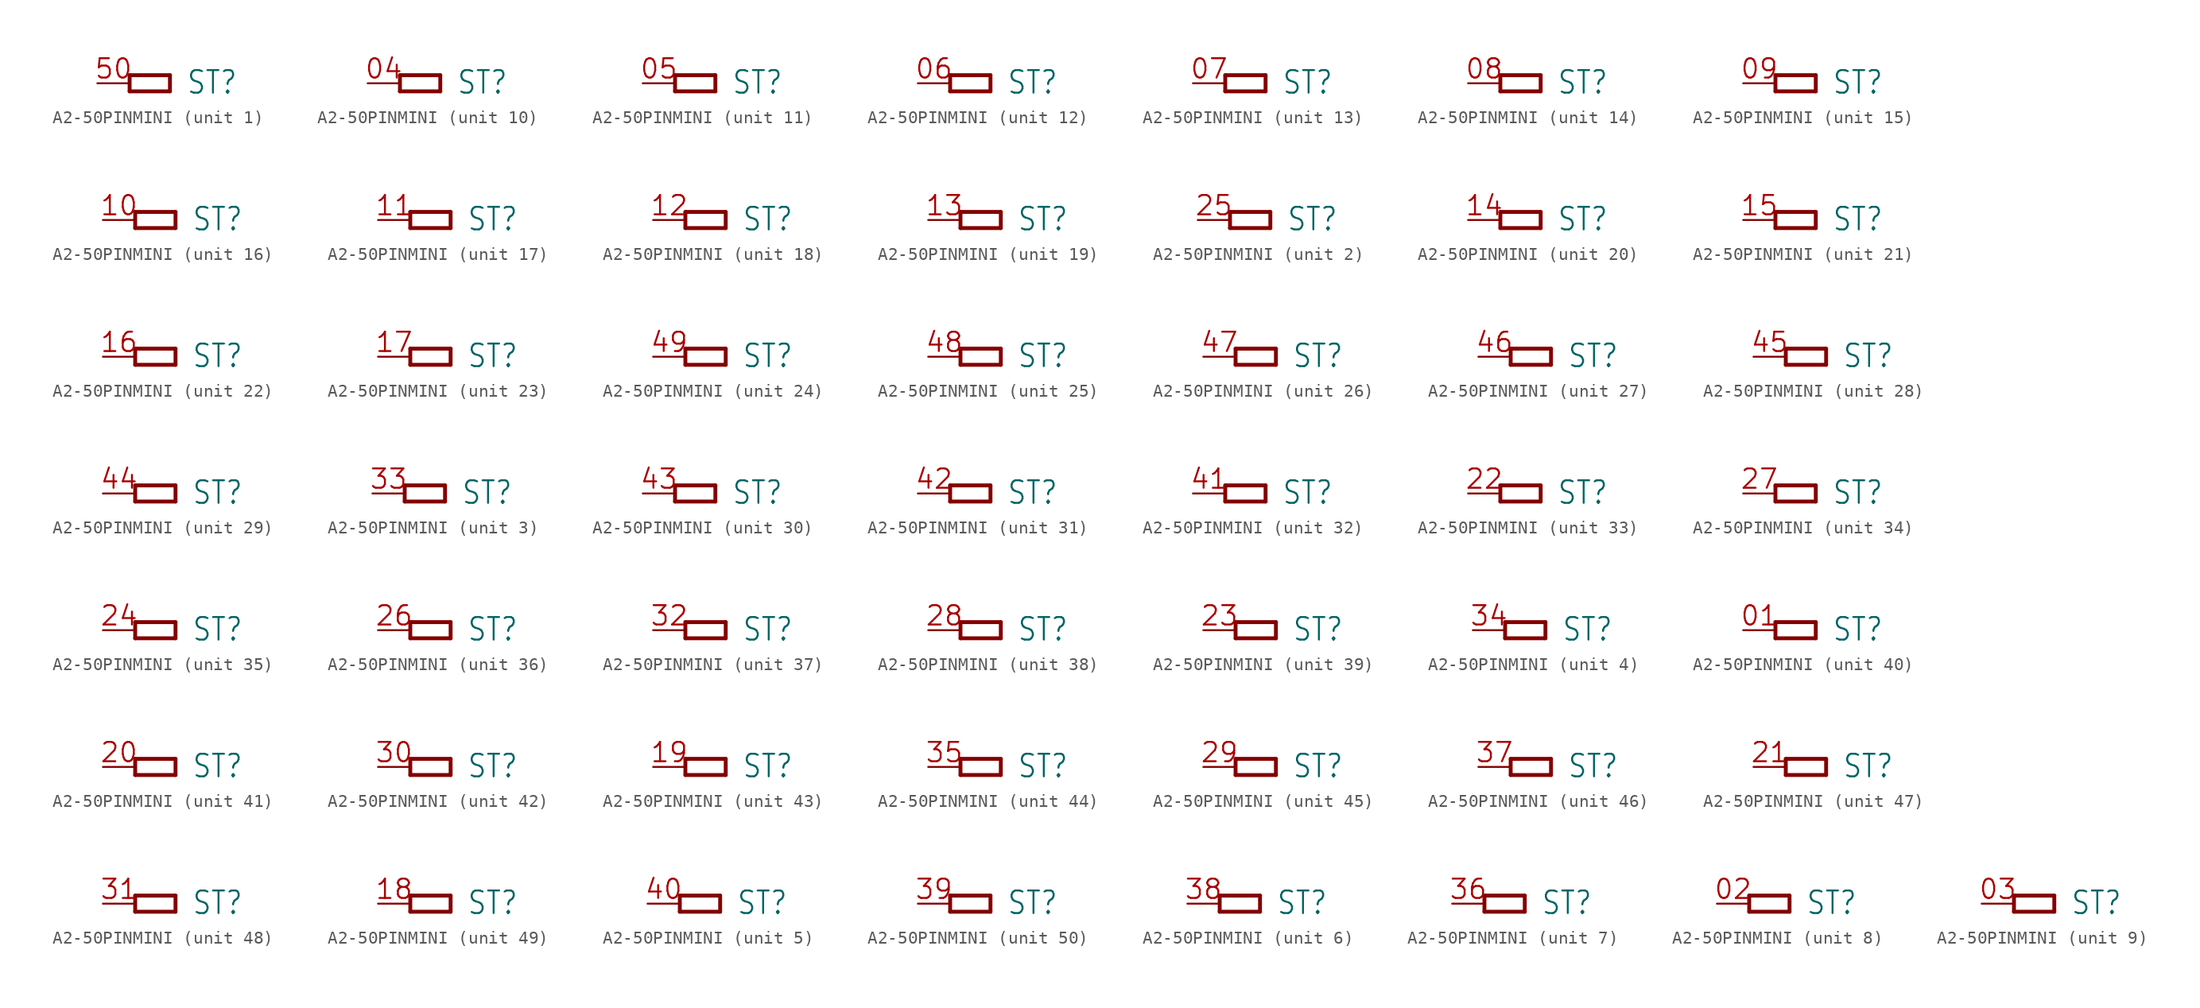
<source format=kicad_sym>
(kicad_symbol_lib
  (version 20241209)
  (generator "kicad_symbol_editor")
  (generator_version "9.0")
  (symbol "A2-50PINMINI"
    (property "Reference" "ST"
      (at 4.445 -0.965 0)
      (effects (font (size 1.778 1.511)) (justify left bottom)))
    (property "ki_locked" ""
      (at 0 0 0)
      (effects (font (size 1.27 1.27))))
    (symbol "A2-50PINMINI_1_0"
      (polyline (pts (xy 0 0.635) (xy 3.175 0.635)) (stroke (width 0.305) (type solid)) (fill (type none)))
      (polyline (pts (xy 0 -0.635) (xy 0 0.635)) (stroke (width 0.305) (type solid)) (fill (type none)))
      (polyline (pts (xy 3.175 0.635) (xy 3.175 -0.635)) (stroke (width 0.305) (type solid)) (fill (type none)))
      (polyline (pts (xy 3.175 -0.635) (xy 0 -0.635)) (stroke (width 0.305) (type solid)) (fill (type none)))
      (pin bidirectional line (at -2.54 0 0) (length 2.54) (name "P" (effects (font (size 0 0)))) (number "50" (effects (font (size 1.524 1.524))))))
    (symbol "A2-50PINMINI_2_0"
      (polyline (pts (xy 0 0.635) (xy 3.175 0.635)) (stroke (width 0.305) (type solid)) (fill (type none)))
      (polyline (pts (xy 0 -0.635) (xy 0 0.635)) (stroke (width 0.305) (type solid)) (fill (type none)))
      (polyline (pts (xy 3.175 0.635) (xy 3.175 -0.635)) (stroke (width 0.305) (type solid)) (fill (type none)))
      (polyline (pts (xy 3.175 -0.635) (xy 0 -0.635)) (stroke (width 0.305) (type solid)) (fill (type none)))
      (pin bidirectional line (at -2.54 0 0) (length 2.54) (name "P" (effects (font (size 0 0)))) (number "25" (effects (font (size 1.524 1.524))))))
    (symbol "A2-50PINMINI_3_0"
      (polyline (pts (xy 0 0.635) (xy 3.175 0.635)) (stroke (width 0.305) (type solid)) (fill (type none)))
      (polyline (pts (xy 0 -0.635) (xy 0 0.635)) (stroke (width 0.305) (type solid)) (fill (type none)))
      (polyline (pts (xy 3.175 0.635) (xy 3.175 -0.635)) (stroke (width 0.305) (type solid)) (fill (type none)))
      (polyline (pts (xy 3.175 -0.635) (xy 0 -0.635)) (stroke (width 0.305) (type solid)) (fill (type none)))
      (pin bidirectional line (at -2.54 0 0) (length 2.54) (name "P" (effects (font (size 0 0)))) (number "33" (effects (font (size 1.524 1.524))))))
    (symbol "A2-50PINMINI_4_0"
      (polyline (pts (xy 0 0.635) (xy 3.175 0.635)) (stroke (width 0.305) (type solid)) (fill (type none)))
      (polyline (pts (xy 0 -0.635) (xy 0 0.635)) (stroke (width 0.305) (type solid)) (fill (type none)))
      (polyline (pts (xy 3.175 0.635) (xy 3.175 -0.635)) (stroke (width 0.305) (type solid)) (fill (type none)))
      (polyline (pts (xy 3.175 -0.635) (xy 0 -0.635)) (stroke (width 0.305) (type solid)) (fill (type none)))
      (pin bidirectional line (at -2.54 0 0) (length 2.54) (name "P" (effects (font (size 0 0)))) (number "34" (effects (font (size 1.524 1.524))))))
    (symbol "A2-50PINMINI_5_0"
      (polyline (pts (xy 0 0.635) (xy 3.175 0.635)) (stroke (width 0.305) (type solid)) (fill (type none)))
      (polyline (pts (xy 0 -0.635) (xy 0 0.635)) (stroke (width 0.305) (type solid)) (fill (type none)))
      (polyline (pts (xy 3.175 0.635) (xy 3.175 -0.635)) (stroke (width 0.305) (type solid)) (fill (type none)))
      (polyline (pts (xy 3.175 -0.635) (xy 0 -0.635)) (stroke (width 0.305) (type solid)) (fill (type none)))
      (pin bidirectional line (at -2.54 0 0) (length 2.54) (name "P" (effects (font (size 0 0)))) (number "40" (effects (font (size 1.524 1.524))))))
    (symbol "A2-50PINMINI_6_0"
      (polyline (pts (xy 0 0.635) (xy 3.175 0.635)) (stroke (width 0.305) (type solid)) (fill (type none)))
      (polyline (pts (xy 0 -0.635) (xy 0 0.635)) (stroke (width 0.305) (type solid)) (fill (type none)))
      (polyline (pts (xy 3.175 0.635) (xy 3.175 -0.635)) (stroke (width 0.305) (type solid)) (fill (type none)))
      (polyline (pts (xy 3.175 -0.635) (xy 0 -0.635)) (stroke (width 0.305) (type solid)) (fill (type none)))
      (pin bidirectional line (at -2.54 0 0) (length 2.54) (name "P" (effects (font (size 0 0)))) (number "38" (effects (font (size 1.524 1.524))))))
    (symbol "A2-50PINMINI_7_0"
      (polyline (pts (xy 0 0.635) (xy 3.175 0.635)) (stroke (width 0.305) (type solid)) (fill (type none)))
      (polyline (pts (xy 0 -0.635) (xy 0 0.635)) (stroke (width 0.305) (type solid)) (fill (type none)))
      (polyline (pts (xy 3.175 0.635) (xy 3.175 -0.635)) (stroke (width 0.305) (type solid)) (fill (type none)))
      (polyline (pts (xy 3.175 -0.635) (xy 0 -0.635)) (stroke (width 0.305) (type solid)) (fill (type none)))
      (pin bidirectional line (at -2.54 0 0) (length 2.54) (name "P" (effects (font (size 0 0)))) (number "36" (effects (font (size 1.524 1.524))))))
    (symbol "A2-50PINMINI_8_0"
      (polyline (pts (xy 0 0.635) (xy 3.175 0.635)) (stroke (width 0.305) (type solid)) (fill (type none)))
      (polyline (pts (xy 0 -0.635) (xy 0 0.635)) (stroke (width 0.305) (type solid)) (fill (type none)))
      (polyline (pts (xy 3.175 0.635) (xy 3.175 -0.635)) (stroke (width 0.305) (type solid)) (fill (type none)))
      (polyline (pts (xy 3.175 -0.635) (xy 0 -0.635)) (stroke (width 0.305) (type solid)) (fill (type none)))
      (pin bidirectional line (at -2.54 0 0) (length 2.54) (name "P" (effects (font (size 0 0)))) (number "02" (effects (font (size 1.524 1.524))))))
    (symbol "A2-50PINMINI_9_0"
      (polyline (pts (xy 0 0.635) (xy 3.175 0.635)) (stroke (width 0.305) (type solid)) (fill (type none)))
      (polyline (pts (xy 0 -0.635) (xy 0 0.635)) (stroke (width 0.305) (type solid)) (fill (type none)))
      (polyline (pts (xy 3.175 0.635) (xy 3.175 -0.635)) (stroke (width 0.305) (type solid)) (fill (type none)))
      (polyline (pts (xy 3.175 -0.635) (xy 0 -0.635)) (stroke (width 0.305) (type solid)) (fill (type none)))
      (pin bidirectional line (at -2.54 0 0) (length 2.54) (name "P" (effects (font (size 0 0)))) (number "03" (effects (font (size 1.524 1.524))))))
    (symbol "A2-50PINMINI_10_0"
      (polyline (pts (xy 0 0.635) (xy 3.175 0.635)) (stroke (width 0.305) (type solid)) (fill (type none)))
      (polyline (pts (xy 0 -0.635) (xy 0 0.635)) (stroke (width 0.305) (type solid)) (fill (type none)))
      (polyline (pts (xy 3.175 0.635) (xy 3.175 -0.635)) (stroke (width 0.305) (type solid)) (fill (type none)))
      (polyline (pts (xy 3.175 -0.635) (xy 0 -0.635)) (stroke (width 0.305) (type solid)) (fill (type none)))
      (pin bidirectional line (at -2.54 0 0) (length 2.54) (name "P" (effects (font (size 0 0)))) (number "04" (effects (font (size 1.524 1.524))))))
    (symbol "A2-50PINMINI_11_0"
      (polyline (pts (xy 0 0.635) (xy 3.175 0.635)) (stroke (width 0.305) (type solid)) (fill (type none)))
      (polyline (pts (xy 0 -0.635) (xy 0 0.635)) (stroke (width 0.305) (type solid)) (fill (type none)))
      (polyline (pts (xy 3.175 0.635) (xy 3.175 -0.635)) (stroke (width 0.305) (type solid)) (fill (type none)))
      (polyline (pts (xy 3.175 -0.635) (xy 0 -0.635)) (stroke (width 0.305) (type solid)) (fill (type none)))
      (pin bidirectional line (at -2.54 0 0) (length 2.54) (name "P" (effects (font (size 0 0)))) (number "05" (effects (font (size 1.524 1.524))))))
    (symbol "A2-50PINMINI_12_0"
      (polyline (pts (xy 0 0.635) (xy 3.175 0.635)) (stroke (width 0.305) (type solid)) (fill (type none)))
      (polyline (pts (xy 0 -0.635) (xy 0 0.635)) (stroke (width 0.305) (type solid)) (fill (type none)))
      (polyline (pts (xy 3.175 0.635) (xy 3.175 -0.635)) (stroke (width 0.305) (type solid)) (fill (type none)))
      (polyline (pts (xy 3.175 -0.635) (xy 0 -0.635)) (stroke (width 0.305) (type solid)) (fill (type none)))
      (pin bidirectional line (at -2.54 0 0) (length 2.54) (name "P" (effects (font (size 0 0)))) (number "06" (effects (font (size 1.524 1.524))))))
    (symbol "A2-50PINMINI_13_0"
      (polyline (pts (xy 0 0.635) (xy 3.175 0.635)) (stroke (width 0.305) (type solid)) (fill (type none)))
      (polyline (pts (xy 0 -0.635) (xy 0 0.635)) (stroke (width 0.305) (type solid)) (fill (type none)))
      (polyline (pts (xy 3.175 0.635) (xy 3.175 -0.635)) (stroke (width 0.305) (type solid)) (fill (type none)))
      (polyline (pts (xy 3.175 -0.635) (xy 0 -0.635)) (stroke (width 0.305) (type solid)) (fill (type none)))
      (pin bidirectional line (at -2.54 0 0) (length 2.54) (name "P" (effects (font (size 0 0)))) (number "07" (effects (font (size 1.524 1.524))))))
    (symbol "A2-50PINMINI_14_0"
      (polyline (pts (xy 0 0.635) (xy 3.175 0.635)) (stroke (width 0.305) (type solid)) (fill (type none)))
      (polyline (pts (xy 0 -0.635) (xy 0 0.635)) (stroke (width 0.305) (type solid)) (fill (type none)))
      (polyline (pts (xy 3.175 0.635) (xy 3.175 -0.635)) (stroke (width 0.305) (type solid)) (fill (type none)))
      (polyline (pts (xy 3.175 -0.635) (xy 0 -0.635)) (stroke (width 0.305) (type solid)) (fill (type none)))
      (pin bidirectional line (at -2.54 0 0) (length 2.54) (name "P" (effects (font (size 0 0)))) (number "08" (effects (font (size 1.524 1.524))))))
    (symbol "A2-50PINMINI_15_0"
      (polyline (pts (xy 0 0.635) (xy 3.175 0.635)) (stroke (width 0.305) (type solid)) (fill (type none)))
      (polyline (pts (xy 0 -0.635) (xy 0 0.635)) (stroke (width 0.305) (type solid)) (fill (type none)))
      (polyline (pts (xy 3.175 0.635) (xy 3.175 -0.635)) (stroke (width 0.305) (type solid)) (fill (type none)))
      (polyline (pts (xy 3.175 -0.635) (xy 0 -0.635)) (stroke (width 0.305) (type solid)) (fill (type none)))
      (pin bidirectional line (at -2.54 0 0) (length 2.54) (name "P" (effects (font (size 0 0)))) (number "09" (effects (font (size 1.524 1.524))))))
    (symbol "A2-50PINMINI_16_0"
      (polyline (pts (xy 0 0.635) (xy 3.175 0.635)) (stroke (width 0.305) (type solid)) (fill (type none)))
      (polyline (pts (xy 0 -0.635) (xy 0 0.635)) (stroke (width 0.305) (type solid)) (fill (type none)))
      (polyline (pts (xy 3.175 0.635) (xy 3.175 -0.635)) (stroke (width 0.305) (type solid)) (fill (type none)))
      (polyline (pts (xy 3.175 -0.635) (xy 0 -0.635)) (stroke (width 0.305) (type solid)) (fill (type none)))
      (pin bidirectional line (at -2.54 0 0) (length 2.54) (name "P" (effects (font (size 0 0)))) (number "10" (effects (font (size 1.524 1.524))))))
    (symbol "A2-50PINMINI_17_0"
      (polyline (pts (xy 0 0.635) (xy 3.175 0.635)) (stroke (width 0.305) (type solid)) (fill (type none)))
      (polyline (pts (xy 0 -0.635) (xy 0 0.635)) (stroke (width 0.305) (type solid)) (fill (type none)))
      (polyline (pts (xy 3.175 0.635) (xy 3.175 -0.635)) (stroke (width 0.305) (type solid)) (fill (type none)))
      (polyline (pts (xy 3.175 -0.635) (xy 0 -0.635)) (stroke (width 0.305) (type solid)) (fill (type none)))
      (pin bidirectional line (at -2.54 0 0) (length 2.54) (name "P" (effects (font (size 0 0)))) (number "11" (effects (font (size 1.524 1.524))))))
    (symbol "A2-50PINMINI_18_0"
      (polyline (pts (xy 0 0.635) (xy 3.175 0.635)) (stroke (width 0.305) (type solid)) (fill (type none)))
      (polyline (pts (xy 0 -0.635) (xy 0 0.635)) (stroke (width 0.305) (type solid)) (fill (type none)))
      (polyline (pts (xy 3.175 0.635) (xy 3.175 -0.635)) (stroke (width 0.305) (type solid)) (fill (type none)))
      (polyline (pts (xy 3.175 -0.635) (xy 0 -0.635)) (stroke (width 0.305) (type solid)) (fill (type none)))
      (pin bidirectional line (at -2.54 0 0) (length 2.54) (name "P" (effects (font (size 0 0)))) (number "12" (effects (font (size 1.524 1.524))))))
    (symbol "A2-50PINMINI_19_0"
      (polyline (pts (xy 0 0.635) (xy 3.175 0.635)) (stroke (width 0.305) (type solid)) (fill (type none)))
      (polyline (pts (xy 0 -0.635) (xy 0 0.635)) (stroke (width 0.305) (type solid)) (fill (type none)))
      (polyline (pts (xy 3.175 0.635) (xy 3.175 -0.635)) (stroke (width 0.305) (type solid)) (fill (type none)))
      (polyline (pts (xy 3.175 -0.635) (xy 0 -0.635)) (stroke (width 0.305) (type solid)) (fill (type none)))
      (pin bidirectional line (at -2.54 0 0) (length 2.54) (name "P" (effects (font (size 0 0)))) (number "13" (effects (font (size 1.524 1.524))))))
    (symbol "A2-50PINMINI_20_0"
      (polyline (pts (xy 0 0.635) (xy 3.175 0.635)) (stroke (width 0.305) (type solid)) (fill (type none)))
      (polyline (pts (xy 0 -0.635) (xy 0 0.635)) (stroke (width 0.305) (type solid)) (fill (type none)))
      (polyline (pts (xy 3.175 0.635) (xy 3.175 -0.635)) (stroke (width 0.305) (type solid)) (fill (type none)))
      (polyline (pts (xy 3.175 -0.635) (xy 0 -0.635)) (stroke (width 0.305) (type solid)) (fill (type none)))
      (pin bidirectional line (at -2.54 0 0) (length 2.54) (name "P" (effects (font (size 0 0)))) (number "14" (effects (font (size 1.524 1.524))))))
    (symbol "A2-50PINMINI_21_0"
      (polyline (pts (xy 0 0.635) (xy 3.175 0.635)) (stroke (width 0.305) (type solid)) (fill (type none)))
      (polyline (pts (xy 0 -0.635) (xy 0 0.635)) (stroke (width 0.305) (type solid)) (fill (type none)))
      (polyline (pts (xy 3.175 0.635) (xy 3.175 -0.635)) (stroke (width 0.305) (type solid)) (fill (type none)))
      (polyline (pts (xy 3.175 -0.635) (xy 0 -0.635)) (stroke (width 0.305) (type solid)) (fill (type none)))
      (pin bidirectional line (at -2.54 0 0) (length 2.54) (name "P" (effects (font (size 0 0)))) (number "15" (effects (font (size 1.524 1.524))))))
    (symbol "A2-50PINMINI_22_0"
      (polyline (pts (xy 0 0.635) (xy 3.175 0.635)) (stroke (width 0.305) (type solid)) (fill (type none)))
      (polyline (pts (xy 0 -0.635) (xy 0 0.635)) (stroke (width 0.305) (type solid)) (fill (type none)))
      (polyline (pts (xy 3.175 0.635) (xy 3.175 -0.635)) (stroke (width 0.305) (type solid)) (fill (type none)))
      (polyline (pts (xy 3.175 -0.635) (xy 0 -0.635)) (stroke (width 0.305) (type solid)) (fill (type none)))
      (pin bidirectional line (at -2.54 0 0) (length 2.54) (name "P" (effects (font (size 0 0)))) (number "16" (effects (font (size 1.524 1.524))))))
    (symbol "A2-50PINMINI_23_0"
      (polyline (pts (xy 0 0.635) (xy 3.175 0.635)) (stroke (width 0.305) (type solid)) (fill (type none)))
      (polyline (pts (xy 0 -0.635) (xy 0 0.635)) (stroke (width 0.305) (type solid)) (fill (type none)))
      (polyline (pts (xy 3.175 0.635) (xy 3.175 -0.635)) (stroke (width 0.305) (type solid)) (fill (type none)))
      (polyline (pts (xy 3.175 -0.635) (xy 0 -0.635)) (stroke (width 0.305) (type solid)) (fill (type none)))
      (pin bidirectional line (at -2.54 0 0) (length 2.54) (name "P" (effects (font (size 0 0)))) (number "17" (effects (font (size 1.524 1.524))))))
    (symbol "A2-50PINMINI_24_0"
      (polyline (pts (xy 0 0.635) (xy 3.175 0.635)) (stroke (width 0.305) (type solid)) (fill (type none)))
      (polyline (pts (xy 0 -0.635) (xy 0 0.635)) (stroke (width 0.305) (type solid)) (fill (type none)))
      (polyline (pts (xy 3.175 0.635) (xy 3.175 -0.635)) (stroke (width 0.305) (type solid)) (fill (type none)))
      (polyline (pts (xy 3.175 -0.635) (xy 0 -0.635)) (stroke (width 0.305) (type solid)) (fill (type none)))
      (pin bidirectional line (at -2.54 0 0) (length 2.54) (name "P" (effects (font (size 0 0)))) (number "49" (effects (font (size 1.524 1.524))))))
    (symbol "A2-50PINMINI_25_0"
      (polyline (pts (xy 0 0.635) (xy 3.175 0.635)) (stroke (width 0.305) (type solid)) (fill (type none)))
      (polyline (pts (xy 0 -0.635) (xy 0 0.635)) (stroke (width 0.305) (type solid)) (fill (type none)))
      (polyline (pts (xy 3.175 0.635) (xy 3.175 -0.635)) (stroke (width 0.305) (type solid)) (fill (type none)))
      (polyline (pts (xy 3.175 -0.635) (xy 0 -0.635)) (stroke (width 0.305) (type solid)) (fill (type none)))
      (pin bidirectional line (at -2.54 0 0) (length 2.54) (name "P" (effects (font (size 0 0)))) (number "48" (effects (font (size 1.524 1.524))))))
    (symbol "A2-50PINMINI_26_0"
      (polyline (pts (xy 0 0.635) (xy 3.175 0.635)) (stroke (width 0.305) (type solid)) (fill (type none)))
      (polyline (pts (xy 0 -0.635) (xy 0 0.635)) (stroke (width 0.305) (type solid)) (fill (type none)))
      (polyline (pts (xy 3.175 0.635) (xy 3.175 -0.635)) (stroke (width 0.305) (type solid)) (fill (type none)))
      (polyline (pts (xy 3.175 -0.635) (xy 0 -0.635)) (stroke (width 0.305) (type solid)) (fill (type none)))
      (pin bidirectional line (at -2.54 0 0) (length 2.54) (name "P" (effects (font (size 0 0)))) (number "47" (effects (font (size 1.524 1.524))))))
    (symbol "A2-50PINMINI_27_0"
      (polyline (pts (xy 0 0.635) (xy 3.175 0.635)) (stroke (width 0.305) (type solid)) (fill (type none)))
      (polyline (pts (xy 0 -0.635) (xy 0 0.635)) (stroke (width 0.305) (type solid)) (fill (type none)))
      (polyline (pts (xy 3.175 0.635) (xy 3.175 -0.635)) (stroke (width 0.305) (type solid)) (fill (type none)))
      (polyline (pts (xy 3.175 -0.635) (xy 0 -0.635)) (stroke (width 0.305) (type solid)) (fill (type none)))
      (pin bidirectional line (at -2.54 0 0) (length 2.54) (name "P" (effects (font (size 0 0)))) (number "46" (effects (font (size 1.524 1.524))))))
    (symbol "A2-50PINMINI_28_0"
      (polyline (pts (xy 0 0.635) (xy 3.175 0.635)) (stroke (width 0.305) (type solid)) (fill (type none)))
      (polyline (pts (xy 0 -0.635) (xy 0 0.635)) (stroke (width 0.305) (type solid)) (fill (type none)))
      (polyline (pts (xy 3.175 0.635) (xy 3.175 -0.635)) (stroke (width 0.305) (type solid)) (fill (type none)))
      (polyline (pts (xy 3.175 -0.635) (xy 0 -0.635)) (stroke (width 0.305) (type solid)) (fill (type none)))
      (pin bidirectional line (at -2.54 0 0) (length 2.54) (name "P" (effects (font (size 0 0)))) (number "45" (effects (font (size 1.524 1.524))))))
    (symbol "A2-50PINMINI_29_0"
      (polyline (pts (xy 0 0.635) (xy 3.175 0.635)) (stroke (width 0.305) (type solid)) (fill (type none)))
      (polyline (pts (xy 0 -0.635) (xy 0 0.635)) (stroke (width 0.305) (type solid)) (fill (type none)))
      (polyline (pts (xy 3.175 0.635) (xy 3.175 -0.635)) (stroke (width 0.305) (type solid)) (fill (type none)))
      (polyline (pts (xy 3.175 -0.635) (xy 0 -0.635)) (stroke (width 0.305) (type solid)) (fill (type none)))
      (pin bidirectional line (at -2.54 0 0) (length 2.54) (name "P" (effects (font (size 0 0)))) (number "44" (effects (font (size 1.524 1.524))))))
    (symbol "A2-50PINMINI_30_0"
      (polyline (pts (xy 0 0.635) (xy 3.175 0.635)) (stroke (width 0.305) (type solid)) (fill (type none)))
      (polyline (pts (xy 0 -0.635) (xy 0 0.635)) (stroke (width 0.305) (type solid)) (fill (type none)))
      (polyline (pts (xy 3.175 0.635) (xy 3.175 -0.635)) (stroke (width 0.305) (type solid)) (fill (type none)))
      (polyline (pts (xy 3.175 -0.635) (xy 0 -0.635)) (stroke (width 0.305) (type solid)) (fill (type none)))
      (pin bidirectional line (at -2.54 0 0) (length 2.54) (name "P" (effects (font (size 0 0)))) (number "43" (effects (font (size 1.524 1.524))))))
    (symbol "A2-50PINMINI_31_0"
      (polyline (pts (xy 0 0.635) (xy 3.175 0.635)) (stroke (width 0.305) (type solid)) (fill (type none)))
      (polyline (pts (xy 0 -0.635) (xy 0 0.635)) (stroke (width 0.305) (type solid)) (fill (type none)))
      (polyline (pts (xy 3.175 0.635) (xy 3.175 -0.635)) (stroke (width 0.305) (type solid)) (fill (type none)))
      (polyline (pts (xy 3.175 -0.635) (xy 0 -0.635)) (stroke (width 0.305) (type solid)) (fill (type none)))
      (pin bidirectional line (at -2.54 0 0) (length 2.54) (name "P" (effects (font (size 0 0)))) (number "42" (effects (font (size 1.524 1.524))))))
    (symbol "A2-50PINMINI_32_0"
      (polyline (pts (xy 0 0.635) (xy 3.175 0.635)) (stroke (width 0.305) (type solid)) (fill (type none)))
      (polyline (pts (xy 0 -0.635) (xy 0 0.635)) (stroke (width 0.305) (type solid)) (fill (type none)))
      (polyline (pts (xy 3.175 0.635) (xy 3.175 -0.635)) (stroke (width 0.305) (type solid)) (fill (type none)))
      (polyline (pts (xy 3.175 -0.635) (xy 0 -0.635)) (stroke (width 0.305) (type solid)) (fill (type none)))
      (pin bidirectional line (at -2.54 0 0) (length 2.54) (name "P" (effects (font (size 0 0)))) (number "41" (effects (font (size 1.524 1.524))))))
    (symbol "A2-50PINMINI_33_0"
      (polyline (pts (xy 0 0.635) (xy 3.175 0.635)) (stroke (width 0.305) (type solid)) (fill (type none)))
      (polyline (pts (xy 0 -0.635) (xy 0 0.635)) (stroke (width 0.305) (type solid)) (fill (type none)))
      (polyline (pts (xy 3.175 0.635) (xy 3.175 -0.635)) (stroke (width 0.305) (type solid)) (fill (type none)))
      (polyline (pts (xy 3.175 -0.635) (xy 0 -0.635)) (stroke (width 0.305) (type solid)) (fill (type none)))
      (pin bidirectional line (at -2.54 0 0) (length 2.54) (name "P" (effects (font (size 0 0)))) (number "22" (effects (font (size 1.524 1.524))))))
    (symbol "A2-50PINMINI_34_0"
      (polyline (pts (xy 0 0.635) (xy 3.175 0.635)) (stroke (width 0.305) (type solid)) (fill (type none)))
      (polyline (pts (xy 0 -0.635) (xy 0 0.635)) (stroke (width 0.305) (type solid)) (fill (type none)))
      (polyline (pts (xy 3.175 0.635) (xy 3.175 -0.635)) (stroke (width 0.305) (type solid)) (fill (type none)))
      (polyline (pts (xy 3.175 -0.635) (xy 0 -0.635)) (stroke (width 0.305) (type solid)) (fill (type none)))
      (pin bidirectional line (at -2.54 0 0) (length 2.54) (name "P" (effects (font (size 0 0)))) (number "27" (effects (font (size 1.524 1.524))))))
    (symbol "A2-50PINMINI_35_0"
      (polyline (pts (xy 0 0.635) (xy 3.175 0.635)) (stroke (width 0.305) (type solid)) (fill (type none)))
      (polyline (pts (xy 0 -0.635) (xy 0 0.635)) (stroke (width 0.305) (type solid)) (fill (type none)))
      (polyline (pts (xy 3.175 0.635) (xy 3.175 -0.635)) (stroke (width 0.305) (type solid)) (fill (type none)))
      (polyline (pts (xy 3.175 -0.635) (xy 0 -0.635)) (stroke (width 0.305) (type solid)) (fill (type none)))
      (pin bidirectional line (at -2.54 0 0) (length 2.54) (name "P" (effects (font (size 0 0)))) (number "24" (effects (font (size 1.524 1.524))))))
    (symbol "A2-50PINMINI_36_0"
      (polyline (pts (xy 0 0.635) (xy 3.175 0.635)) (stroke (width 0.305) (type solid)) (fill (type none)))
      (polyline (pts (xy 0 -0.635) (xy 0 0.635)) (stroke (width 0.305) (type solid)) (fill (type none)))
      (polyline (pts (xy 3.175 0.635) (xy 3.175 -0.635)) (stroke (width 0.305) (type solid)) (fill (type none)))
      (polyline (pts (xy 3.175 -0.635) (xy 0 -0.635)) (stroke (width 0.305) (type solid)) (fill (type none)))
      (pin bidirectional line (at -2.54 0 0) (length 2.54) (name "P" (effects (font (size 0 0)))) (number "26" (effects (font (size 1.524 1.524))))))
    (symbol "A2-50PINMINI_37_0"
      (polyline (pts (xy 0 0.635) (xy 3.175 0.635)) (stroke (width 0.305) (type solid)) (fill (type none)))
      (polyline (pts (xy 0 -0.635) (xy 0 0.635)) (stroke (width 0.305) (type solid)) (fill (type none)))
      (polyline (pts (xy 3.175 0.635) (xy 3.175 -0.635)) (stroke (width 0.305) (type solid)) (fill (type none)))
      (polyline (pts (xy 3.175 -0.635) (xy 0 -0.635)) (stroke (width 0.305) (type solid)) (fill (type none)))
      (pin bidirectional line (at -2.54 0 0) (length 2.54) (name "P" (effects (font (size 0 0)))) (number "32" (effects (font (size 1.524 1.524))))))
    (symbol "A2-50PINMINI_38_0"
      (polyline (pts (xy 0 0.635) (xy 3.175 0.635)) (stroke (width 0.305) (type solid)) (fill (type none)))
      (polyline (pts (xy 0 -0.635) (xy 0 0.635)) (stroke (width 0.305) (type solid)) (fill (type none)))
      (polyline (pts (xy 3.175 0.635) (xy 3.175 -0.635)) (stroke (width 0.305) (type solid)) (fill (type none)))
      (polyline (pts (xy 3.175 -0.635) (xy 0 -0.635)) (stroke (width 0.305) (type solid)) (fill (type none)))
      (pin bidirectional line (at -2.54 0 0) (length 2.54) (name "P" (effects (font (size 0 0)))) (number "28" (effects (font (size 1.524 1.524))))))
    (symbol "A2-50PINMINI_39_0"
      (polyline (pts (xy 0 0.635) (xy 3.175 0.635)) (stroke (width 0.305) (type solid)) (fill (type none)))
      (polyline (pts (xy 0 -0.635) (xy 0 0.635)) (stroke (width 0.305) (type solid)) (fill (type none)))
      (polyline (pts (xy 3.175 0.635) (xy 3.175 -0.635)) (stroke (width 0.305) (type solid)) (fill (type none)))
      (polyline (pts (xy 3.175 -0.635) (xy 0 -0.635)) (stroke (width 0.305) (type solid)) (fill (type none)))
      (pin bidirectional line (at -2.54 0 0) (length 2.54) (name "P" (effects (font (size 0 0)))) (number "23" (effects (font (size 1.524 1.524))))))
    (symbol "A2-50PINMINI_40_0"
      (polyline (pts (xy 0 0.635) (xy 3.175 0.635)) (stroke (width 0.305) (type solid)) (fill (type none)))
      (polyline (pts (xy 0 -0.635) (xy 0 0.635)) (stroke (width 0.305) (type solid)) (fill (type none)))
      (polyline (pts (xy 3.175 0.635) (xy 3.175 -0.635)) (stroke (width 0.305) (type solid)) (fill (type none)))
      (polyline (pts (xy 3.175 -0.635) (xy 0 -0.635)) (stroke (width 0.305) (type solid)) (fill (type none)))
      (pin bidirectional line (at -2.54 0 0) (length 2.54) (name "P" (effects (font (size 0 0)))) (number "01" (effects (font (size 1.524 1.524))))))
    (symbol "A2-50PINMINI_41_0"
      (polyline (pts (xy 0 0.635) (xy 3.175 0.635)) (stroke (width 0.305) (type solid)) (fill (type none)))
      (polyline (pts (xy 0 -0.635) (xy 0 0.635)) (stroke (width 0.305) (type solid)) (fill (type none)))
      (polyline (pts (xy 3.175 0.635) (xy 3.175 -0.635)) (stroke (width 0.305) (type solid)) (fill (type none)))
      (polyline (pts (xy 3.175 -0.635) (xy 0 -0.635)) (stroke (width 0.305) (type solid)) (fill (type none)))
      (pin bidirectional line (at -2.54 0 0) (length 2.54) (name "P" (effects (font (size 0 0)))) (number "20" (effects (font (size 1.524 1.524))))))
    (symbol "A2-50PINMINI_42_0"
      (polyline (pts (xy 0 0.635) (xy 3.175 0.635)) (stroke (width 0.305) (type solid)) (fill (type none)))
      (polyline (pts (xy 0 -0.635) (xy 0 0.635)) (stroke (width 0.305) (type solid)) (fill (type none)))
      (polyline (pts (xy 3.175 0.635) (xy 3.175 -0.635)) (stroke (width 0.305) (type solid)) (fill (type none)))
      (polyline (pts (xy 3.175 -0.635) (xy 0 -0.635)) (stroke (width 0.305) (type solid)) (fill (type none)))
      (pin bidirectional line (at -2.54 0 0) (length 2.54) (name "P" (effects (font (size 0 0)))) (number "30" (effects (font (size 1.524 1.524))))))
    (symbol "A2-50PINMINI_43_0"
      (polyline (pts (xy 0 0.635) (xy 3.175 0.635)) (stroke (width 0.305) (type solid)) (fill (type none)))
      (polyline (pts (xy 0 -0.635) (xy 0 0.635)) (stroke (width 0.305) (type solid)) (fill (type none)))
      (polyline (pts (xy 3.175 0.635) (xy 3.175 -0.635)) (stroke (width 0.305) (type solid)) (fill (type none)))
      (polyline (pts (xy 3.175 -0.635) (xy 0 -0.635)) (stroke (width 0.305) (type solid)) (fill (type none)))
      (pin bidirectional line (at -2.54 0 0) (length 2.54) (name "P" (effects (font (size 0 0)))) (number "19" (effects (font (size 1.524 1.524))))))
    (symbol "A2-50PINMINI_44_0"
      (polyline (pts (xy 0 0.635) (xy 3.175 0.635)) (stroke (width 0.305) (type solid)) (fill (type none)))
      (polyline (pts (xy 0 -0.635) (xy 0 0.635)) (stroke (width 0.305) (type solid)) (fill (type none)))
      (polyline (pts (xy 3.175 0.635) (xy 3.175 -0.635)) (stroke (width 0.305) (type solid)) (fill (type none)))
      (polyline (pts (xy 3.175 -0.635) (xy 0 -0.635)) (stroke (width 0.305) (type solid)) (fill (type none)))
      (pin bidirectional line (at -2.54 0 0) (length 2.54) (name "P" (effects (font (size 0 0)))) (number "35" (effects (font (size 1.524 1.524))))))
    (symbol "A2-50PINMINI_45_0"
      (polyline (pts (xy 0 0.635) (xy 3.175 0.635)) (stroke (width 0.305) (type solid)) (fill (type none)))
      (polyline (pts (xy 0 -0.635) (xy 0 0.635)) (stroke (width 0.305) (type solid)) (fill (type none)))
      (polyline (pts (xy 3.175 0.635) (xy 3.175 -0.635)) (stroke (width 0.305) (type solid)) (fill (type none)))
      (polyline (pts (xy 3.175 -0.635) (xy 0 -0.635)) (stroke (width 0.305) (type solid)) (fill (type none)))
      (pin bidirectional line (at -2.54 0 0) (length 2.54) (name "P" (effects (font (size 0 0)))) (number "29" (effects (font (size 1.524 1.524))))))
    (symbol "A2-50PINMINI_46_0"
      (polyline (pts (xy 0 0.635) (xy 3.175 0.635)) (stroke (width 0.305) (type solid)) (fill (type none)))
      (polyline (pts (xy 0 -0.635) (xy 0 0.635)) (stroke (width 0.305) (type solid)) (fill (type none)))
      (polyline (pts (xy 3.175 0.635) (xy 3.175 -0.635)) (stroke (width 0.305) (type solid)) (fill (type none)))
      (polyline (pts (xy 3.175 -0.635) (xy 0 -0.635)) (stroke (width 0.305) (type solid)) (fill (type none)))
      (pin bidirectional line (at -2.54 0 0) (length 2.54) (name "P" (effects (font (size 0 0)))) (number "37" (effects (font (size 1.524 1.524))))))
    (symbol "A2-50PINMINI_47_0"
      (polyline (pts (xy 0 0.635) (xy 3.175 0.635)) (stroke (width 0.305) (type solid)) (fill (type none)))
      (polyline (pts (xy 0 -0.635) (xy 0 0.635)) (stroke (width 0.305) (type solid)) (fill (type none)))
      (polyline (pts (xy 3.175 0.635) (xy 3.175 -0.635)) (stroke (width 0.305) (type solid)) (fill (type none)))
      (polyline (pts (xy 3.175 -0.635) (xy 0 -0.635)) (stroke (width 0.305) (type solid)) (fill (type none)))
      (pin bidirectional line (at -2.54 0 0) (length 2.54) (name "P" (effects (font (size 0 0)))) (number "21" (effects (font (size 1.524 1.524))))))
    (symbol "A2-50PINMINI_48_0"
      (polyline (pts (xy 0 0.635) (xy 3.175 0.635)) (stroke (width 0.305) (type solid)) (fill (type none)))
      (polyline (pts (xy 0 -0.635) (xy 0 0.635)) (stroke (width 0.305) (type solid)) (fill (type none)))
      (polyline (pts (xy 3.175 0.635) (xy 3.175 -0.635)) (stroke (width 0.305) (type solid)) (fill (type none)))
      (polyline (pts (xy 3.175 -0.635) (xy 0 -0.635)) (stroke (width 0.305) (type solid)) (fill (type none)))
      (pin bidirectional line (at -2.54 0 0) (length 2.54) (name "P" (effects (font (size 0 0)))) (number "31" (effects (font (size 1.524 1.524))))))
    (symbol "A2-50PINMINI_49_0"
      (polyline (pts (xy 0 0.635) (xy 3.175 0.635)) (stroke (width 0.305) (type solid)) (fill (type none)))
      (polyline (pts (xy 0 -0.635) (xy 0 0.635)) (stroke (width 0.305) (type solid)) (fill (type none)))
      (polyline (pts (xy 3.175 0.635) (xy 3.175 -0.635)) (stroke (width 0.305) (type solid)) (fill (type none)))
      (polyline (pts (xy 3.175 -0.635) (xy 0 -0.635)) (stroke (width 0.305) (type solid)) (fill (type none)))
      (pin bidirectional line (at -2.54 0 0) (length 2.54) (name "P" (effects (font (size 0 0)))) (number "18" (effects (font (size 1.524 1.524))))))
    (symbol "A2-50PINMINI_50_0"
      (polyline (pts (xy 0 0.635) (xy 3.175 0.635)) (stroke (width 0.305) (type solid)) (fill (type none)))
      (polyline (pts (xy 0 -0.635) (xy 0 0.635)) (stroke (width 0.305) (type solid)) (fill (type none)))
      (polyline (pts (xy 3.175 0.635) (xy 3.175 -0.635)) (stroke (width 0.305) (type solid)) (fill (type none)))
      (polyline (pts (xy 3.175 -0.635) (xy 0 -0.635)) (stroke (width 0.305) (type solid)) (fill (type none)))
      (pin bidirectional line (at -2.54 0 0) (length 2.54) (name "P" (effects (font (size 0 0)))) (number "39" (effects (font (size 1.524 1.524))))))))
</source>
